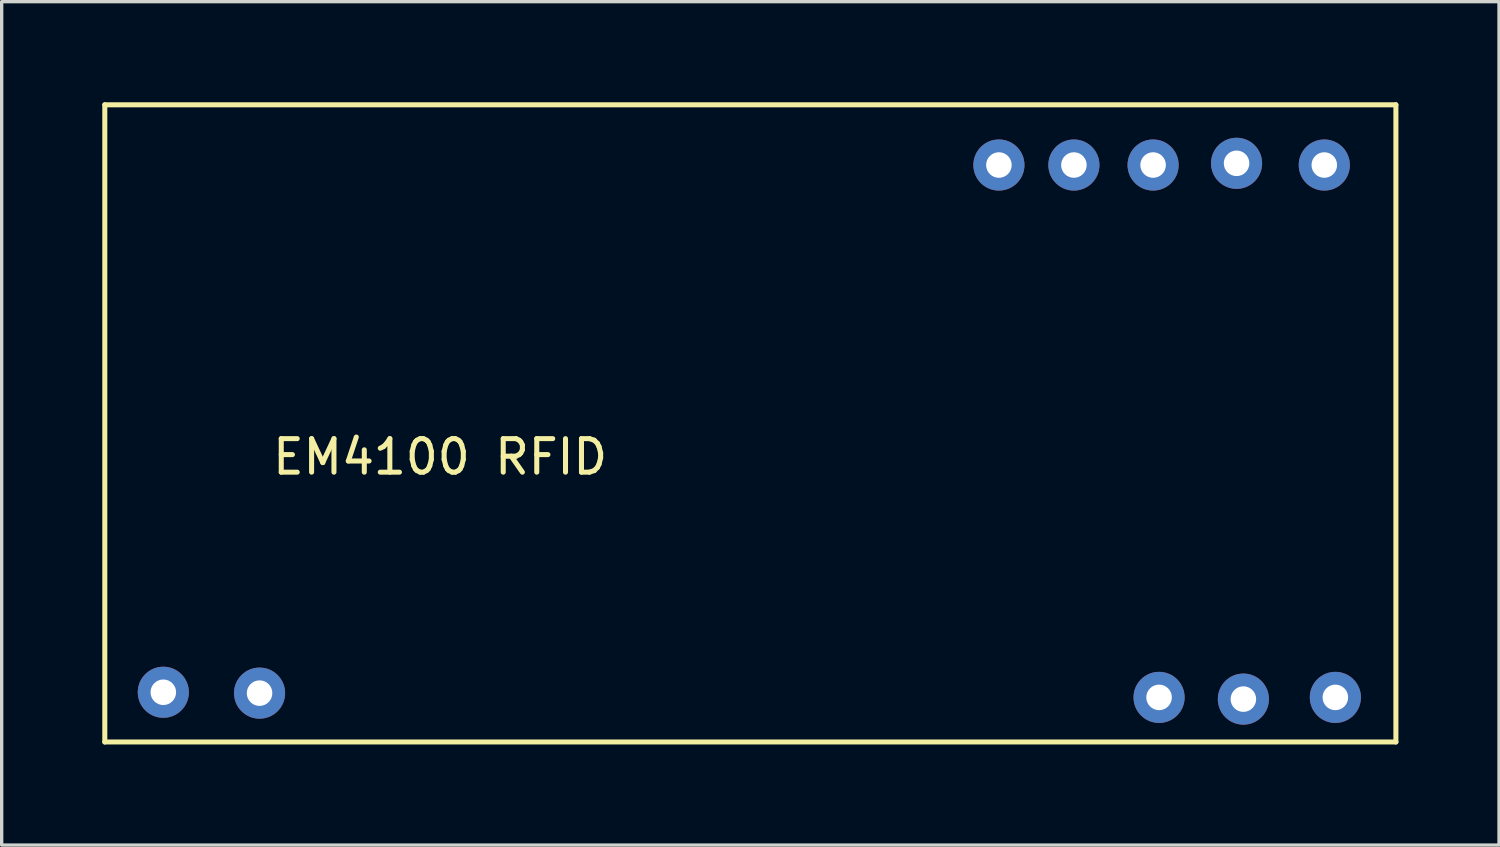
<source format=kicad_pcb>
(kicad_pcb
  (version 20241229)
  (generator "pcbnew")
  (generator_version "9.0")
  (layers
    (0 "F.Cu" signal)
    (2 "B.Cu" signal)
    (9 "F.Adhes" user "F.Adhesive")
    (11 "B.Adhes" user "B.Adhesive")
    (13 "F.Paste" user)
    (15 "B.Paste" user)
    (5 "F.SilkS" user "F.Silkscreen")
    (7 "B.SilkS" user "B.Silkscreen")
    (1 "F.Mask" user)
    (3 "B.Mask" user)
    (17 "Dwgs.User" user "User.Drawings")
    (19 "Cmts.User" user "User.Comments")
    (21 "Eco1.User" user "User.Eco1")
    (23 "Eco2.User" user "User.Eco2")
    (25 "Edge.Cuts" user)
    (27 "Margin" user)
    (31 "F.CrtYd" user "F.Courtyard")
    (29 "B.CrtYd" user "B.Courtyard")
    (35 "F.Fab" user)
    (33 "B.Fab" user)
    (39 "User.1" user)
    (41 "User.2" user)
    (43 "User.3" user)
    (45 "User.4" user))
  (footprint "EM4100 RFID"
    (layer "F.Cu")
    (at 10.075 10.075)
    (property "Reference" "EM4100 RFID" (at 0 0.5 0) (layer "F.SilkS") (effects (font (size 1 1) (thickness 0.15))))
    (attr through_hole)
    (fp_line (start -10 -10) (end -10 9) (stroke (width 0.15) (type solid)) (layer "F.SilkS"))
    (fp_line (start -10 -10) (end 28.5 -10) (stroke (width 0.15) (type solid)) (layer "F.SilkS"))
    (fp_line (start -10 9) (end 28.5 9) (stroke (width 0.15) (type solid)) (layer "F.SilkS"))
    (fp_line (start 28.5 -10) (end 28.5 9) (stroke (width 0.15) (type solid)) (layer "F.SilkS"))
    (pad "1" thru_hole circle (at -5.385 7.544) (size 1.524 1.524) (drill 0.762) (layers "*.Cu" "*.Mask"))
    (pad "2" thru_hole circle (at -8.255 7.518) (size 1.524 1.524) (drill 0.762) (layers "*.Cu" "*.Mask"))
    (pad "3" thru_hole circle (at 26.365 -8.204) (size 1.524 1.524) (drill 0.762) (layers "*.Cu" "*.Mask"))
    (pad "4" thru_hole circle (at 23.749 -8.255) (size 1.524 1.524) (drill 0.762) (layers "*.Cu" "*.Mask"))
    (pad "5" thru_hole circle (at 18.898 -8.204 90) (size 1.524 1.524) (drill 0.762) (layers "*.Cu" "*.Mask"))
    (pad "5" thru_hole circle (at 21.438 7.671) (size 1.524 1.524) (drill 0.762) (layers "*.Cu" "*.Mask"))
    (pad "6" thru_hole circle (at 16.662 -8.204) (size 1.524 1.524) (drill 0.762) (layers "*.Cu" "*.Mask"))
    (pad "6" thru_hole circle (at 23.952 7.722) (size 1.524 1.524) (drill 0.762) (layers "*.Cu" "*.Mask"))
    (pad "7" thru_hole circle (at 26.695 7.671) (size 1.524 1.524) (drill 0.762) (layers "*.Cu" "*.Mask"))
    (pad "8" thru_hole circle (at 21.26 -8.204) (size 1.524 1.524) (drill 0.762) (layers "*.Cu" "*.Mask")))
  (gr_rect
    (start -3 -3)
    (end 41.65 22.15)
    (stroke (width 0.1) (type default))
    (fill no)
    (layer "Edge.Cuts")))
</source>
